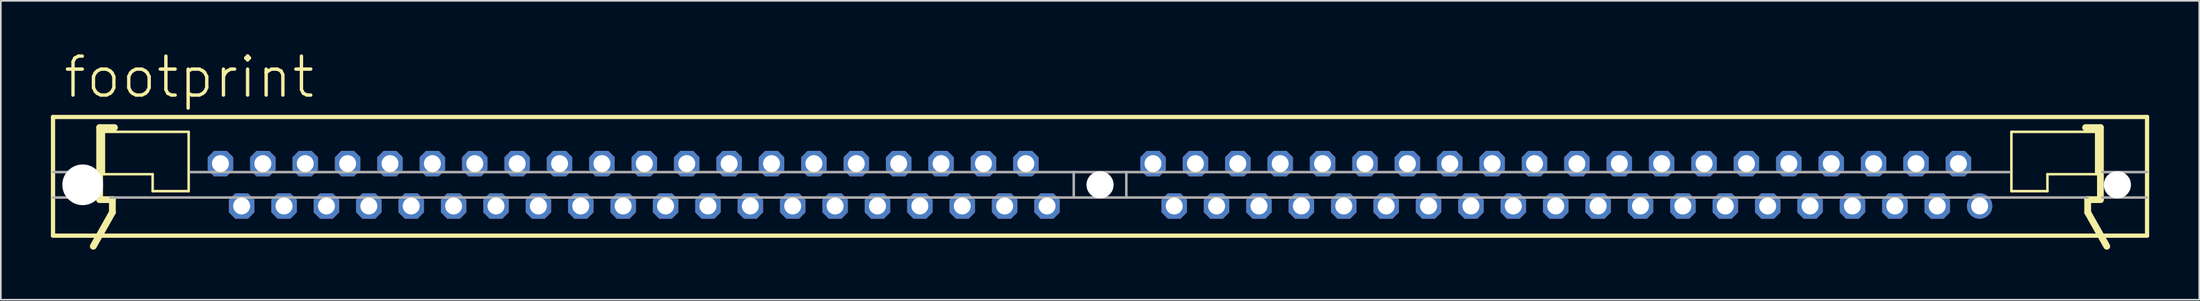
<source format=kicad_pcb>
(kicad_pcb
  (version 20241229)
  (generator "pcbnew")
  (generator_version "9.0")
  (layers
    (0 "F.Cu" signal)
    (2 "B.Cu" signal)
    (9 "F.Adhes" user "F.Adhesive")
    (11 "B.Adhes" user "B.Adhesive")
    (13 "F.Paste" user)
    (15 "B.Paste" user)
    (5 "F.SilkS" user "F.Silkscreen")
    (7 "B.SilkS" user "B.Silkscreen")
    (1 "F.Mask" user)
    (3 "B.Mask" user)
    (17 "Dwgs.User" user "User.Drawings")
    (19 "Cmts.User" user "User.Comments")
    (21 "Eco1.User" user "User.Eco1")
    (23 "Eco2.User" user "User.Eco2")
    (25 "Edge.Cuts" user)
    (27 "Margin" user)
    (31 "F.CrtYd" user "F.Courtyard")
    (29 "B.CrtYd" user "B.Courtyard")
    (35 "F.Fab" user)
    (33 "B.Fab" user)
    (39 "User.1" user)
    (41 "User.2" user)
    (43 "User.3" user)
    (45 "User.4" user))
  (footprint "footprint"
    (layer "F.Cu")
    (at 62.865 8.026)
    (property "Reference" "footprint" (at -62.23 -5.08 0) (layer "F.SilkS") (effects (font (size 2.337 2.337) (thickness 0.203)) (justify left bottom)))
    (fp_line (start -62.738 -4.064) (end 62.738 -4.064) (stroke (width 0.254) (type solid)) (layer "F.SilkS"))
    (fp_line (start -62.738 3.048) (end -62.738 -4.064) (stroke (width 0.254) (type solid)) (layer "F.SilkS"))
    (fp_line (start -59.944 -3.429) (end -59.944 0.889) (stroke (width 0.406) (type solid)) (layer "F.SilkS"))
    (fp_line (start -59.944 0.889) (end -59.182 0.889) (stroke (width 0.406) (type solid)) (layer "F.SilkS"))
    (fp_line (start -59.69 -3.175) (end -59.69 -0.635) (stroke (width 0.152) (type solid)) (layer "F.SilkS"))
    (fp_line (start -59.182 0.889) (end -59.182 1.651) (stroke (width 0.406) (type solid)) (layer "F.SilkS"))
    (fp_line (start -59.182 1.651) (end -60.325 3.683) (stroke (width 0.406) (type solid)) (layer "F.SilkS"))
    (fp_line (start -59.055 -3.429) (end -59.944 -3.429) (stroke (width 0.406) (type solid)) (layer "F.SilkS"))
    (fp_line (start -56.769 -0.635) (end -59.69 -0.635) (stroke (width 0.152) (type solid)) (layer "F.SilkS"))
    (fp_line (start -56.769 0.381) (end -56.769 -0.635) (stroke (width 0.152) (type solid)) (layer "F.SilkS"))
    (fp_line (start -56.769 0.381) (end -54.61 0.381) (stroke (width 0.152) (type solid)) (layer "F.SilkS"))
    (fp_line (start -54.61 -3.175) (end -59.69 -3.175) (stroke (width 0.152) (type solid)) (layer "F.SilkS"))
    (fp_line (start -54.61 0.381) (end -54.61 -3.175) (stroke (width 0.152) (type solid)) (layer "F.SilkS"))
    (fp_line (start 54.61 -3.175) (end 59.69 -3.175) (stroke (width 0.152) (type solid)) (layer "F.SilkS"))
    (fp_line (start 54.61 0.381) (end 54.61 -3.175) (stroke (width 0.152) (type solid)) (layer "F.SilkS"))
    (fp_line (start 56.769 -0.635) (end 59.69 -0.635) (stroke (width 0.152) (type solid)) (layer "F.SilkS"))
    (fp_line (start 56.769 0.381) (end 54.61 0.381) (stroke (width 0.152) (type solid)) (layer "F.SilkS"))
    (fp_line (start 56.769 0.381) (end 56.769 -0.635) (stroke (width 0.152) (type solid)) (layer "F.SilkS"))
    (fp_line (start 59.055 -3.429) (end 59.944 -3.429) (stroke (width 0.406) (type solid)) (layer "F.SilkS"))
    (fp_line (start 59.182 0.889) (end 59.182 1.651) (stroke (width 0.406) (type solid)) (layer "F.SilkS"))
    (fp_line (start 59.182 1.651) (end 60.325 3.683) (stroke (width 0.406) (type solid)) (layer "F.SilkS"))
    (fp_line (start 59.69 -3.175) (end 59.69 -0.635) (stroke (width 0.152) (type solid)) (layer "F.SilkS"))
    (fp_line (start 59.944 -3.429) (end 59.944 0.889) (stroke (width 0.406) (type solid)) (layer "F.SilkS"))
    (fp_line (start 59.944 0.889) (end 59.182 0.889) (stroke (width 0.406) (type solid)) (layer "F.SilkS"))
    (fp_line (start 62.738 -4.064) (end 62.738 3.048) (stroke (width 0.254) (type solid)) (layer "F.SilkS"))
    (fp_line (start 62.738 3.048) (end -62.738 3.048) (stroke (width 0.254) (type solid)) (layer "F.SilkS"))
    (fp_line (start -62.738 -0.762) (end -60.071 -0.762) (stroke (width 0.152) (type solid)) (layer "F.Fab"))
    (fp_line (start -62.738 0.762) (end -60.071 0.762) (stroke (width 0.152) (type solid)) (layer "F.Fab"))
    (fp_line (start -59.309 0.762) (end -1.575 0.762) (stroke (width 0.152) (type solid)) (layer "F.Fab"))
    (fp_line (start -54.483 -0.762) (end -1.575 -0.762) (stroke (width 0.152) (type solid)) (layer "F.Fab"))
    (fp_line (start -1.575 -0.762) (end 1.575 -0.762) (stroke (width 0.152) (type solid)) (layer "F.Fab"))
    (fp_line (start -1.575 0.762) (end -1.575 -0.762) (stroke (width 0.152) (type solid)) (layer "F.Fab"))
    (fp_line (start -1.575 0.762) (end 1.575 0.762) (stroke (width 0.152) (type solid)) (layer "F.Fab"))
    (fp_line (start 1.575 0.762) (end 1.575 -0.762) (stroke (width 0.152) (type solid)) (layer "F.Fab"))
    (fp_line (start 54.483 -0.762) (end 1.575 -0.762) (stroke (width 0.152) (type solid)) (layer "F.Fab"))
    (fp_line (start 59.182 0.762) (end 1.575 0.762) (stroke (width 0.152) (type solid)) (layer "F.Fab"))
    (fp_line (start 62.738 -0.762) (end 60.071 -0.762) (stroke (width 0.152) (type solid)) (layer "F.Fab"))
    (fp_line (start 62.738 0.762) (end 60.071 0.762) (stroke (width 0.152) (type solid)) (layer "F.Fab"))
    (pad "" np_thru_hole circle (at -60.96 0) (size 2.438 2.438) (drill 2.438) (layers "*.Cu" "*.Mask"))
    (pad "" np_thru_hole circle (at 0 0) (size 1.626 1.626) (drill 1.626) (layers "*.Cu" "*.Mask"))
    (pad "" np_thru_hole circle (at 60.96 0) (size 1.626 1.626) (drill 1.626) (layers "*.Cu" "*.Mask"))
    (pad "1" thru_hole circle (at 52.705 1.27) (size 1.524 1.524) (drill 1.016) (layers "*.Cu" "*.Mask"))
    (pad "2" thru_hole roundrect (at 51.435 -1.27) (size 1.524 1.524) (drill 1.016) (layers "*.Cu" "*.Mask") (roundrect_rratio 0.25) (chamfer_ratio 0.25) (chamfer top_left top_right bottom_left bottom_right))
    (pad "3" thru_hole roundrect (at 50.165 1.27) (size 1.524 1.524) (drill 1.016) (layers "*.Cu" "*.Mask") (roundrect_rratio 0.25) (chamfer_ratio 0.25) (chamfer top_left top_right bottom_left bottom_right))
    (pad "4" thru_hole roundrect (at 48.895 -1.27) (size 1.524 1.524) (drill 1.016) (layers "*.Cu" "*.Mask") (roundrect_rratio 0.25) (chamfer_ratio 0.25) (chamfer top_left top_right bottom_left bottom_right))
    (pad "5" thru_hole roundrect (at 47.625 1.27) (size 1.524 1.524) (drill 1.016) (layers "*.Cu" "*.Mask") (roundrect_rratio 0.25) (chamfer_ratio 0.25) (chamfer top_left top_right bottom_left bottom_right))
    (pad "6" thru_hole roundrect (at 46.355 -1.27) (size 1.524 1.524) (drill 1.016) (layers "*.Cu" "*.Mask") (roundrect_rratio 0.25) (chamfer_ratio 0.25) (chamfer top_left top_right bottom_left bottom_right))
    (pad "7" thru_hole roundrect (at 45.085 1.27) (size 1.524 1.524) (drill 1.016) (layers "*.Cu" "*.Mask") (roundrect_rratio 0.25) (chamfer_ratio 0.25) (chamfer top_left top_right bottom_left bottom_right))
    (pad "8" thru_hole roundrect (at 43.815 -1.27) (size 1.524 1.524) (drill 1.016) (layers "*.Cu" "*.Mask") (roundrect_rratio 0.25) (chamfer_ratio 0.25) (chamfer top_left top_right bottom_left bottom_right))
    (pad "9" thru_hole roundrect (at 42.545 1.27) (size 1.524 1.524) (drill 1.016) (layers "*.Cu" "*.Mask") (roundrect_rratio 0.25) (chamfer_ratio 0.25) (chamfer top_left top_right bottom_left bottom_right))
    (pad "10" thru_hole roundrect (at 41.275 -1.27) (size 1.524 1.524) (drill 1.016) (layers "*.Cu" "*.Mask") (roundrect_rratio 0.25) (chamfer_ratio 0.25) (chamfer top_left top_right bottom_left bottom_right))
    (pad "11" thru_hole roundrect (at 40.005 1.27) (size 1.524 1.524) (drill 1.016) (layers "*.Cu" "*.Mask") (roundrect_rratio 0.25) (chamfer_ratio 0.25) (chamfer top_left top_right bottom_left bottom_right))
    (pad "12" thru_hole roundrect (at 38.735 -1.27) (size 1.524 1.524) (drill 1.016) (layers "*.Cu" "*.Mask") (roundrect_rratio 0.25) (chamfer_ratio 0.25) (chamfer top_left top_right bottom_left bottom_right))
    (pad "13" thru_hole roundrect (at 37.465 1.27) (size 1.524 1.524) (drill 1.016) (layers "*.Cu" "*.Mask") (roundrect_rratio 0.25) (chamfer_ratio 0.25) (chamfer top_left top_right bottom_left bottom_right))
    (pad "14" thru_hole roundrect (at 36.195 -1.27) (size 1.524 1.524) (drill 1.016) (layers "*.Cu" "*.Mask") (roundrect_rratio 0.25) (chamfer_ratio 0.25) (chamfer top_left top_right bottom_left bottom_right))
    (pad "15" thru_hole roundrect (at 34.925 1.27) (size 1.524 1.524) (drill 1.016) (layers "*.Cu" "*.Mask") (roundrect_rratio 0.25) (chamfer_ratio 0.25) (chamfer top_left top_right bottom_left bottom_right))
    (pad "16" thru_hole roundrect (at 33.655 -1.27) (size 1.524 1.524) (drill 1.016) (layers "*.Cu" "*.Mask") (roundrect_rratio 0.25) (chamfer_ratio 0.25) (chamfer top_left top_right bottom_left bottom_right))
    (pad "17" thru_hole roundrect (at 32.385 1.27) (size 1.524 1.524) (drill 1.016) (layers "*.Cu" "*.Mask") (roundrect_rratio 0.25) (chamfer_ratio 0.25) (chamfer top_left top_right bottom_left bottom_right))
    (pad "18" thru_hole roundrect (at 31.115 -1.27) (size 1.524 1.524) (drill 1.016) (layers "*.Cu" "*.Mask") (roundrect_rratio 0.25) (chamfer_ratio 0.25) (chamfer top_left top_right bottom_left bottom_right))
    (pad "19" thru_hole roundrect (at 29.845 1.27) (size 1.524 1.524) (drill 1.016) (layers "*.Cu" "*.Mask") (roundrect_rratio 0.25) (chamfer_ratio 0.25) (chamfer top_left top_right bottom_left bottom_right))
    (pad "20" thru_hole roundrect (at 28.575 -1.27) (size 1.524 1.524) (drill 1.016) (layers "*.Cu" "*.Mask") (roundrect_rratio 0.25) (chamfer_ratio 0.25) (chamfer top_left top_right bottom_left bottom_right))
    (pad "21" thru_hole roundrect (at 27.305 1.27) (size 1.524 1.524) (drill 1.016) (layers "*.Cu" "*.Mask") (roundrect_rratio 0.25) (chamfer_ratio 0.25) (chamfer top_left top_right bottom_left bottom_right))
    (pad "22" thru_hole roundrect (at 26.035 -1.27) (size 1.524 1.524) (drill 1.016) (layers "*.Cu" "*.Mask") (roundrect_rratio 0.25) (chamfer_ratio 0.25) (chamfer top_left top_right bottom_left bottom_right))
    (pad "23" thru_hole roundrect (at 24.765 1.27) (size 1.524 1.524) (drill 1.016) (layers "*.Cu" "*.Mask") (roundrect_rratio 0.25) (chamfer_ratio 0.25) (chamfer top_left top_right bottom_left bottom_right))
    (pad "24" thru_hole roundrect (at 23.495 -1.27) (size 1.524 1.524) (drill 1.016) (layers "*.Cu" "*.Mask") (roundrect_rratio 0.25) (chamfer_ratio 0.25) (chamfer top_left top_right bottom_left bottom_right))
    (pad "25" thru_hole roundrect (at 22.225 1.27) (size 1.524 1.524) (drill 1.016) (layers "*.Cu" "*.Mask") (roundrect_rratio 0.25) (chamfer_ratio 0.25) (chamfer top_left top_right bottom_left bottom_right))
    (pad "26" thru_hole roundrect (at 20.955 -1.27) (size 1.524 1.524) (drill 1.016) (layers "*.Cu" "*.Mask") (roundrect_rratio 0.25) (chamfer_ratio 0.25) (chamfer top_left top_right bottom_left bottom_right))
    (pad "27" thru_hole roundrect (at 19.685 1.27) (size 1.524 1.524) (drill 1.016) (layers "*.Cu" "*.Mask") (roundrect_rratio 0.25) (chamfer_ratio 0.25) (chamfer top_left top_right bottom_left bottom_right))
    (pad "28" thru_hole roundrect (at 18.415 -1.27) (size 1.524 1.524) (drill 1.016) (layers "*.Cu" "*.Mask") (roundrect_rratio 0.25) (chamfer_ratio 0.25) (chamfer top_left top_right bottom_left bottom_right))
    (pad "29" thru_hole roundrect (at 17.145 1.27) (size 1.524 1.524) (drill 1.016) (layers "*.Cu" "*.Mask") (roundrect_rratio 0.25) (chamfer_ratio 0.25) (chamfer top_left top_right bottom_left bottom_right))
    (pad "30" thru_hole roundrect (at 15.875 -1.27) (size 1.524 1.524) (drill 1.016) (layers "*.Cu" "*.Mask") (roundrect_rratio 0.25) (chamfer_ratio 0.25) (chamfer top_left top_right bottom_left bottom_right))
    (pad "31" thru_hole roundrect (at 14.605 1.27) (size 1.524 1.524) (drill 1.016) (layers "*.Cu" "*.Mask") (roundrect_rratio 0.25) (chamfer_ratio 0.25) (chamfer top_left top_right bottom_left bottom_right))
    (pad "32" thru_hole roundrect (at 13.335 -1.27) (size 1.524 1.524) (drill 1.016) (layers "*.Cu" "*.Mask") (roundrect_rratio 0.25) (chamfer_ratio 0.25) (chamfer top_left top_right bottom_left bottom_right))
    (pad "33" thru_hole roundrect (at 12.065 1.27) (size 1.524 1.524) (drill 1.016) (layers "*.Cu" "*.Mask") (roundrect_rratio 0.25) (chamfer_ratio 0.25) (chamfer top_left top_right bottom_left bottom_right))
    (pad "34" thru_hole roundrect (at 10.795 -1.27) (size 1.524 1.524) (drill 1.016) (layers "*.Cu" "*.Mask") (roundrect_rratio 0.25) (chamfer_ratio 0.25) (chamfer top_left top_right bottom_left bottom_right))
    (pad "35" thru_hole roundrect (at 9.525 1.27) (size 1.524 1.524) (drill 1.016) (layers "*.Cu" "*.Mask") (roundrect_rratio 0.25) (chamfer_ratio 0.25) (chamfer top_left top_right bottom_left bottom_right))
    (pad "36" thru_hole roundrect (at 8.255 -1.27) (size 1.524 1.524) (drill 1.016) (layers "*.Cu" "*.Mask") (roundrect_rratio 0.25) (chamfer_ratio 0.25) (chamfer top_left top_right bottom_left bottom_right))
    (pad "37" thru_hole roundrect (at 6.985 1.27) (size 1.524 1.524) (drill 1.016) (layers "*.Cu" "*.Mask") (roundrect_rratio 0.25) (chamfer_ratio 0.25) (chamfer top_left top_right bottom_left bottom_right))
    (pad "38" thru_hole roundrect (at 5.715 -1.27) (size 1.524 1.524) (drill 1.016) (layers "*.Cu" "*.Mask") (roundrect_rratio 0.25) (chamfer_ratio 0.25) (chamfer top_left top_right bottom_left bottom_right))
    (pad "39" thru_hole roundrect (at 4.445 1.27) (size 1.524 1.524) (drill 1.016) (layers "*.Cu" "*.Mask") (roundrect_rratio 0.25) (chamfer_ratio 0.25) (chamfer top_left top_right bottom_left bottom_right))
    (pad "40" thru_hole roundrect (at 3.175 -1.27) (size 1.524 1.524) (drill 1.016) (layers "*.Cu" "*.Mask") (roundrect_rratio 0.25) (chamfer_ratio 0.25) (chamfer top_left top_right bottom_left bottom_right))
    (pad "41" thru_hole roundrect (at -3.175 1.27) (size 1.524 1.524) (drill 1.016) (layers "*.Cu" "*.Mask") (roundrect_rratio 0.25) (chamfer_ratio 0.25) (chamfer top_left top_right bottom_left bottom_right))
    (pad "42" thru_hole roundrect (at -4.445 -1.27) (size 1.524 1.524) (drill 1.016) (layers "*.Cu" "*.Mask") (roundrect_rratio 0.25) (chamfer_ratio 0.25) (chamfer top_left top_right bottom_left bottom_right))
    (pad "43" thru_hole roundrect (at -5.715 1.27) (size 1.524 1.524) (drill 1.016) (layers "*.Cu" "*.Mask") (roundrect_rratio 0.25) (chamfer_ratio 0.25) (chamfer top_left top_right bottom_left bottom_right))
    (pad "44" thru_hole roundrect (at -6.985 -1.27) (size 1.524 1.524) (drill 1.016) (layers "*.Cu" "*.Mask") (roundrect_rratio 0.25) (chamfer_ratio 0.25) (chamfer top_left top_right bottom_left bottom_right))
    (pad "45" thru_hole roundrect (at -8.255 1.27) (size 1.524 1.524) (drill 1.016) (layers "*.Cu" "*.Mask") (roundrect_rratio 0.25) (chamfer_ratio 0.25) (chamfer top_left top_right bottom_left bottom_right))
    (pad "46" thru_hole roundrect (at -9.525 -1.27) (size 1.524 1.524) (drill 1.016) (layers "*.Cu" "*.Mask") (roundrect_rratio 0.25) (chamfer_ratio 0.25) (chamfer top_left top_right bottom_left bottom_right))
    (pad "47" thru_hole roundrect (at -10.795 1.27) (size 1.524 1.524) (drill 1.016) (layers "*.Cu" "*.Mask") (roundrect_rratio 0.25) (chamfer_ratio 0.25) (chamfer top_left top_right bottom_left bottom_right))
    (pad "48" thru_hole roundrect (at -12.065 -1.27) (size 1.524 1.524) (drill 1.016) (layers "*.Cu" "*.Mask") (roundrect_rratio 0.25) (chamfer_ratio 0.25) (chamfer top_left top_right bottom_left bottom_right))
    (pad "49" thru_hole roundrect (at -13.335 1.27) (size 1.524 1.524) (drill 1.016) (layers "*.Cu" "*.Mask") (roundrect_rratio 0.25) (chamfer_ratio 0.25) (chamfer top_left top_right bottom_left bottom_right))
    (pad "50" thru_hole roundrect (at -14.605 -1.27) (size 1.524 1.524) (drill 1.016) (layers "*.Cu" "*.Mask") (roundrect_rratio 0.25) (chamfer_ratio 0.25) (chamfer top_left top_right bottom_left bottom_right))
    (pad "51" thru_hole roundrect (at -15.875 1.27) (size 1.524 1.524) (drill 1.016) (layers "*.Cu" "*.Mask") (roundrect_rratio 0.25) (chamfer_ratio 0.25) (chamfer top_left top_right bottom_left bottom_right))
    (pad "52" thru_hole roundrect (at -17.145 -1.27) (size 1.524 1.524) (drill 1.016) (layers "*.Cu" "*.Mask") (roundrect_rratio 0.25) (chamfer_ratio 0.25) (chamfer top_left top_right bottom_left bottom_right))
    (pad "53" thru_hole roundrect (at -18.415 1.27) (size 1.524 1.524) (drill 1.016) (layers "*.Cu" "*.Mask") (roundrect_rratio 0.25) (chamfer_ratio 0.25) (chamfer top_left top_right bottom_left bottom_right))
    (pad "54" thru_hole roundrect (at -19.685 -1.27) (size 1.524 1.524) (drill 1.016) (layers "*.Cu" "*.Mask") (roundrect_rratio 0.25) (chamfer_ratio 0.25) (chamfer top_left top_right bottom_left bottom_right))
    (pad "55" thru_hole roundrect (at -20.955 1.27) (size 1.524 1.524) (drill 1.016) (layers "*.Cu" "*.Mask") (roundrect_rratio 0.25) (chamfer_ratio 0.25) (chamfer top_left top_right bottom_left bottom_right))
    (pad "56" thru_hole roundrect (at -22.225 -1.27) (size 1.524 1.524) (drill 1.016) (layers "*.Cu" "*.Mask") (roundrect_rratio 0.25) (chamfer_ratio 0.25) (chamfer top_left top_right bottom_left bottom_right))
    (pad "57" thru_hole roundrect (at -23.495 1.27) (size 1.524 1.524) (drill 1.016) (layers "*.Cu" "*.Mask") (roundrect_rratio 0.25) (chamfer_ratio 0.25) (chamfer top_left top_right bottom_left bottom_right))
    (pad "58" thru_hole roundrect (at -24.765 -1.27) (size 1.524 1.524) (drill 1.016) (layers "*.Cu" "*.Mask") (roundrect_rratio 0.25) (chamfer_ratio 0.25) (chamfer top_left top_right bottom_left bottom_right))
    (pad "59" thru_hole roundrect (at -26.035 1.27) (size 1.524 1.524) (drill 1.016) (layers "*.Cu" "*.Mask") (roundrect_rratio 0.25) (chamfer_ratio 0.25) (chamfer top_left top_right bottom_left bottom_right))
    (pad "60" thru_hole roundrect (at -27.305 -1.27) (size 1.524 1.524) (drill 1.016) (layers "*.Cu" "*.Mask") (roundrect_rratio 0.25) (chamfer_ratio 0.25) (chamfer top_left top_right bottom_left bottom_right))
    (pad "61" thru_hole roundrect (at -28.575 1.27) (size 1.524 1.524) (drill 1.016) (layers "*.Cu" "*.Mask") (roundrect_rratio 0.25) (chamfer_ratio 0.25) (chamfer top_left top_right bottom_left bottom_right))
    (pad "62" thru_hole roundrect (at -29.845 -1.27) (size 1.524 1.524) (drill 1.016) (layers "*.Cu" "*.Mask") (roundrect_rratio 0.25) (chamfer_ratio 0.25) (chamfer top_left top_right bottom_left bottom_right))
    (pad "63" thru_hole roundrect (at -31.115 1.27) (size 1.524 1.524) (drill 1.016) (layers "*.Cu" "*.Mask") (roundrect_rratio 0.25) (chamfer_ratio 0.25) (chamfer top_left top_right bottom_left bottom_right))
    (pad "64" thru_hole roundrect (at -32.385 -1.27) (size 1.524 1.524) (drill 1.016) (layers "*.Cu" "*.Mask") (roundrect_rratio 0.25) (chamfer_ratio 0.25) (chamfer top_left top_right bottom_left bottom_right))
    (pad "65" thru_hole roundrect (at -33.655 1.27) (size 1.524 1.524) (drill 1.016) (layers "*.Cu" "*.Mask") (roundrect_rratio 0.25) (chamfer_ratio 0.25) (chamfer top_left top_right bottom_left bottom_right))
    (pad "66" thru_hole roundrect (at -34.925 -1.27) (size 1.524 1.524) (drill 1.016) (layers "*.Cu" "*.Mask") (roundrect_rratio 0.25) (chamfer_ratio 0.25) (chamfer top_left top_right bottom_left bottom_right))
    (pad "67" thru_hole roundrect (at -36.195 1.27) (size 1.524 1.524) (drill 1.016) (layers "*.Cu" "*.Mask") (roundrect_rratio 0.25) (chamfer_ratio 0.25) (chamfer top_left top_right bottom_left bottom_right))
    (pad "68" thru_hole roundrect (at -37.465 -1.27) (size 1.524 1.524) (drill 1.016) (layers "*.Cu" "*.Mask") (roundrect_rratio 0.25) (chamfer_ratio 0.25) (chamfer top_left top_right bottom_left bottom_right))
    (pad "69" thru_hole roundrect (at -38.735 1.27) (size 1.524 1.524) (drill 1.016) (layers "*.Cu" "*.Mask") (roundrect_rratio 0.25) (chamfer_ratio 0.25) (chamfer top_left top_right bottom_left bottom_right))
    (pad "70" thru_hole roundrect (at -40.005 -1.27) (size 1.524 1.524) (drill 1.016) (layers "*.Cu" "*.Mask") (roundrect_rratio 0.25) (chamfer_ratio 0.25) (chamfer top_left top_right bottom_left bottom_right))
    (pad "71" thru_hole roundrect (at -41.275 1.27) (size 1.524 1.524) (drill 1.016) (layers "*.Cu" "*.Mask") (roundrect_rratio 0.25) (chamfer_ratio 0.25) (chamfer top_left top_right bottom_left bottom_right))
    (pad "72" thru_hole roundrect (at -42.545 -1.27) (size 1.524 1.524) (drill 1.016) (layers "*.Cu" "*.Mask") (roundrect_rratio 0.25) (chamfer_ratio 0.25) (chamfer top_left top_right bottom_left bottom_right))
    (pad "73" thru_hole roundrect (at -43.815 1.27) (size 1.524 1.524) (drill 1.016) (layers "*.Cu" "*.Mask") (roundrect_rratio 0.25) (chamfer_ratio 0.25) (chamfer top_left top_right bottom_left bottom_right))
    (pad "74" thru_hole roundrect (at -45.085 -1.27) (size 1.524 1.524) (drill 1.016) (layers "*.Cu" "*.Mask") (roundrect_rratio 0.25) (chamfer_ratio 0.25) (chamfer top_left top_right bottom_left bottom_right))
    (pad "75" thru_hole roundrect (at -46.355 1.27) (size 1.524 1.524) (drill 1.016) (layers "*.Cu" "*.Mask") (roundrect_rratio 0.25) (chamfer_ratio 0.25) (chamfer top_left top_right bottom_left bottom_right))
    (pad "76" thru_hole roundrect (at -47.625 -1.27) (size 1.524 1.524) (drill 1.016) (layers "*.Cu" "*.Mask") (roundrect_rratio 0.25) (chamfer_ratio 0.25) (chamfer top_left top_right bottom_left bottom_right))
    (pad "77" thru_hole roundrect (at -48.895 1.27) (size 1.524 1.524) (drill 1.016) (layers "*.Cu" "*.Mask") (roundrect_rratio 0.25) (chamfer_ratio 0.25) (chamfer top_left top_right bottom_left bottom_right))
    (pad "78" thru_hole roundrect (at -50.165 -1.27) (size 1.524 1.524) (drill 1.016) (layers "*.Cu" "*.Mask") (roundrect_rratio 0.25) (chamfer_ratio 0.25) (chamfer top_left top_right bottom_left bottom_right))
    (pad "79" thru_hole roundrect (at -51.435 1.27) (size 1.524 1.524) (drill 1.016) (layers "*.Cu" "*.Mask") (roundrect_rratio 0.25) (chamfer_ratio 0.25) (chamfer top_left top_right bottom_left bottom_right))
    (pad "80" thru_hole roundrect (at -52.705 -1.27) (size 1.524 1.524) (drill 1.016) (layers "*.Cu" "*.Mask") (roundrect_rratio 0.25) (chamfer_ratio 0.25) (chamfer top_left top_right bottom_left bottom_right)))
  (gr_rect
    (start -3 -3)
    (end 128.73 14.913)
    (stroke (width 0.1) (type default))
    (fill no)
    (layer "Edge.Cuts")))
</source>
